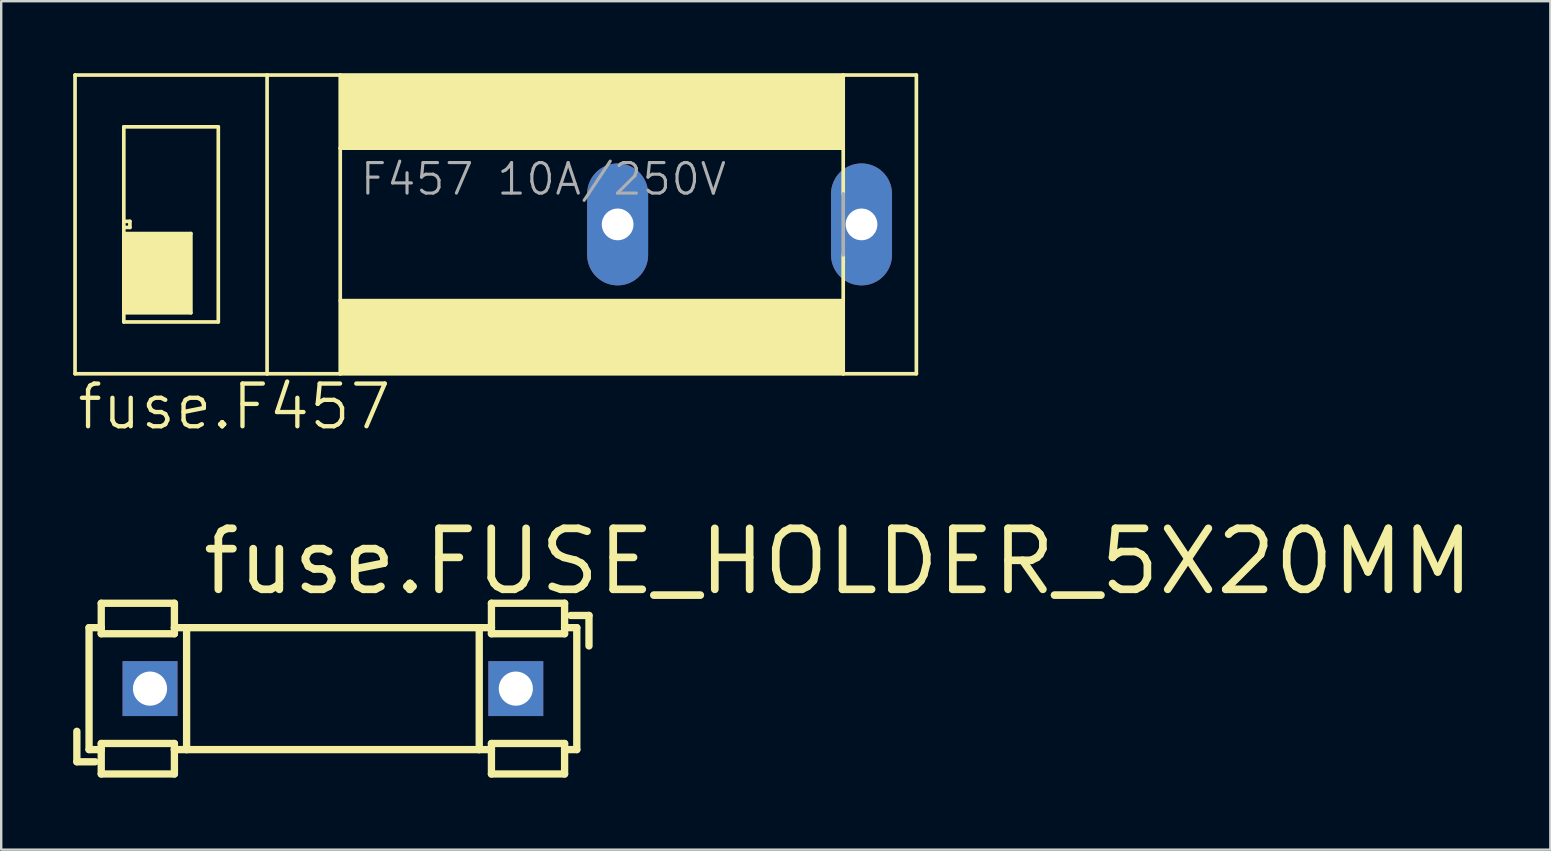
<source format=kicad_pcb>
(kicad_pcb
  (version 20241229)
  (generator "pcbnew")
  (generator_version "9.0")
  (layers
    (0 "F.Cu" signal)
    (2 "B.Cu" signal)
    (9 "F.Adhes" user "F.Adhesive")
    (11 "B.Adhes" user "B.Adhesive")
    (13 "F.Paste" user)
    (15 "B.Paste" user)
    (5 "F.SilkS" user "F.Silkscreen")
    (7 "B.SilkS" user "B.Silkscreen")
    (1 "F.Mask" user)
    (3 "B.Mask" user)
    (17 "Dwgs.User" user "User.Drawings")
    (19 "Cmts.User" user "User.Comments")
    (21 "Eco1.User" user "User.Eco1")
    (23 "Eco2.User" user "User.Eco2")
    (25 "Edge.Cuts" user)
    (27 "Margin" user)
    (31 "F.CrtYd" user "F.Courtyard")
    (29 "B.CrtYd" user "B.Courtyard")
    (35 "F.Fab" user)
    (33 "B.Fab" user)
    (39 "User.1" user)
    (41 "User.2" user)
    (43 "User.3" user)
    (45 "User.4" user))
  (footprint "fuse.F457"
    (layer "F.Cu")
    (at 27.762 6.299)
    (property "Reference" "fuse.F457" (at -27.686 8.636 0) (layer "F.SilkS") (effects (font (size 1.778 1.778) (thickness 0.18)) (justify left bottom)))
    (attr through_hole)
    (fp_line (start -27.686 6.223) (end -27.686 -6.223) (stroke (width 0.152) (type default)) (layer "F.SilkS"))
    (fp_line (start -27.686 6.223) (end -19.685 6.223) (stroke (width 0.152) (type default)) (layer "F.SilkS"))
    (fp_line (start -25.654 -0.127) (end -25.654 -4.064) (stroke (width 0.152) (type default)) (layer "F.SilkS"))
    (fp_line (start -25.654 0.127) (end -25.654 -0.127) (stroke (width 0.152) (type default)) (layer "F.SilkS"))
    (fp_line (start -25.654 0.127) (end -25.4 0.127) (stroke (width 0.152) (type default)) (layer "F.SilkS"))
    (fp_line (start -25.654 0.381) (end -25.654 0.127) (stroke (width 0.152) (type default)) (layer "F.SilkS"))
    (fp_line (start -25.654 3.683) (end -25.654 0.381) (stroke (width 0.152) (type default)) (layer "F.SilkS"))
    (fp_line (start -25.654 3.683) (end -22.86 3.683) (stroke (width 0.152) (type default)) (layer "F.SilkS"))
    (fp_line (start -25.654 4.064) (end -25.654 3.683) (stroke (width 0.152) (type default)) (layer "F.SilkS"))
    (fp_line (start -25.654 4.064) (end -21.717 4.064) (stroke (width 0.152) (type default)) (layer "F.SilkS"))
    (fp_line (start -25.4 -0.127) (end -25.654 -0.127) (stroke (width 0.152) (type default)) (layer "F.SilkS"))
    (fp_line (start -25.4 -0.127) (end -25.4 0.127) (stroke (width 0.152) (type default)) (layer "F.SilkS"))
    (fp_line (start -22.86 0.381) (end -25.654 0.381) (stroke (width 0.152) (type default)) (layer "F.SilkS"))
    (fp_line (start -22.86 0.381) (end -22.86 3.683) (stroke (width 0.152) (type default)) (layer "F.SilkS"))
    (fp_line (start -21.717 -4.064) (end -25.654 -4.064) (stroke (width 0.152) (type default)) (layer "F.SilkS"))
    (fp_line (start -21.717 -4.064) (end -21.717 4.064) (stroke (width 0.152) (type default)) (layer "F.SilkS"))
    (fp_line (start -19.685 -6.223) (end -27.686 -6.223) (stroke (width 0.152) (type default)) (layer "F.SilkS"))
    (fp_line (start -19.685 -6.223) (end -19.685 6.223) (stroke (width 0.152) (type default)) (layer "F.SilkS"))
    (fp_line (start -19.685 6.223) (end -16.637 6.223) (stroke (width 0.152) (type default)) (layer "F.SilkS"))
    (fp_line (start -16.637 -6.223) (end -19.685 -6.223) (stroke (width 0.152) (type default)) (layer "F.SilkS"))
    (fp_line (start -16.637 -6.223) (end -16.637 -3.175) (stroke (width 0.152) (type default)) (layer "F.SilkS"))
    (fp_line (start -16.637 -3.175) (end -16.637 6.223) (stroke (width 0.152) (type default)) (layer "F.SilkS"))
    (fp_line (start -16.637 6.223) (end 4.318 6.223) (stroke (width 0.152) (type default)) (layer "F.SilkS"))
    (fp_line (start 4.318 -6.223) (end -16.637 -6.223) (stroke (width 0.152) (type default)) (layer "F.SilkS"))
    (fp_line (start 4.318 -6.223) (end 4.318 -3.175) (stroke (width 0.152) (type default)) (layer "F.SilkS"))
    (fp_line (start 4.318 -3.175) (end -16.637 -3.175) (stroke (width 0.152) (type default)) (layer "F.SilkS"))
    (fp_line (start 4.318 -3.175) (end 4.318 -1.27) (stroke (width 0.152) (type default)) (layer "F.SilkS"))
    (fp_line (start 4.318 1.27) (end 4.318 3.175) (stroke (width 0.152) (type default)) (layer "F.SilkS"))
    (fp_line (start 4.318 3.175) (end -16.637 3.175) (stroke (width 0.152) (type default)) (layer "F.SilkS"))
    (fp_line (start 4.318 3.175) (end 4.318 6.223) (stroke (width 0.152) (type default)) (layer "F.SilkS"))
    (fp_line (start 4.318 6.223) (end 7.366 6.223) (stroke (width 0.152) (type default)) (layer "F.SilkS"))
    (fp_line (start 7.366 -6.223) (end 4.318 -6.223) (stroke (width 0.152) (type default)) (layer "F.SilkS"))
    (fp_line (start 7.366 -6.223) (end 7.366 6.223) (stroke (width 0.152) (type default)) (layer "F.SilkS"))
    (fp_rect (start -25.654 3.683) (end -22.86 0.381) (stroke (width 0.05) (type default)) (fill yes) (layer "F.SilkS"))
    (fp_rect (start -16.637 -3.175) (end 4.318 -6.223) (stroke (width 0.05) (type default)) (fill yes) (layer "F.SilkS"))
    (fp_rect (start -16.637 6.223) (end 4.318 3.175) (stroke (width 0.05) (type default)) (fill yes) (layer "F.SilkS"))
    (fp_line (start 4.318 -1.27) (end 4.318 1.27) (stroke (width 0.152) (type default)) (layer "F.Fab"))
    (fp_text user "F457 10A/250V" (at -15.875 -1.143 0) (layer "F.Fab") (effects (font (size 1.27 1.27) (thickness 0.13)) (justify left bottom)))
    (pad "1" thru_hole oval (at -5.08 0 90) (size 5.08 2.54) (drill 1.321) (layers "*.Cu" "*.Mask"))
    (pad "2" thru_hole oval (at 5.08 0 90) (size 5.08 2.54) (drill 1.321) (layers "*.Cu" "*.Mask")))
  (footprint "fuse.FUSE_HOLDER_5X20MM"
    (layer "F.Cu")
    (at 3.2 25.639)
    (property "Reference" "fuse.FUSE_HOLDER_5X20MM" (at 2.032 -3.81 0) (layer "F.SilkS") (effects (font (size 2.54 2.54) (thickness 0.32)) (justify left bottom)))
    (attr through_hole)
    (fp_line (start -3.048 1.778) (end -3.048 3.048) (stroke (width 0.305) (type default)) (layer "F.SilkS"))
    (fp_line (start -2.54 -2.54) (end -2.54 2.54) (stroke (width 0.305) (type default)) (layer "F.SilkS"))
    (fp_line (start -2.286 3.048) (end -3.048 3.048) (stroke (width 0.305) (type default)) (layer "F.SilkS"))
    (fp_line (start -2.032 -3.556) (end 1.016 -3.556) (stroke (width 0.305) (type default)) (layer "F.SilkS"))
    (fp_line (start -2.032 -2.54) (end -2.54 -2.54) (stroke (width 0.305) (type default)) (layer "F.SilkS"))
    (fp_line (start -2.032 -2.54) (end -2.032 -3.556) (stroke (width 0.305) (type default)) (layer "F.SilkS"))
    (fp_line (start -2.032 -2.286) (end -2.032 -2.54) (stroke (width 0.305) (type default)) (layer "F.SilkS"))
    (fp_line (start -2.032 -2.286) (end 1.016 -2.286) (stroke (width 0.305) (type default)) (layer "F.SilkS"))
    (fp_line (start -2.032 2.286) (end 1.016 2.286) (stroke (width 0.305) (type default)) (layer "F.SilkS"))
    (fp_line (start -2.032 2.54) (end -2.54 2.54) (stroke (width 0.305) (type default)) (layer "F.SilkS"))
    (fp_line (start -2.032 2.54) (end -2.032 2.286) (stroke (width 0.305) (type default)) (layer "F.SilkS"))
    (fp_line (start -2.032 3.556) (end -2.032 2.54) (stroke (width 0.305) (type default)) (layer "F.SilkS"))
    (fp_line (start 1.016 -2.54) (end 1.016 -3.556) (stroke (width 0.305) (type default)) (layer "F.SilkS"))
    (fp_line (start 1.016 -2.54) (end 1.016 -2.286) (stroke (width 0.305) (type default)) (layer "F.SilkS"))
    (fp_line (start 1.016 2.54) (end 1.016 2.286) (stroke (width 0.305) (type default)) (layer "F.SilkS"))
    (fp_line (start 1.016 2.54) (end 1.016 3.556) (stroke (width 0.305) (type default)) (layer "F.SilkS"))
    (fp_line (start 1.016 3.556) (end -2.032 3.556) (stroke (width 0.305) (type default)) (layer "F.SilkS"))
    (fp_line (start 1.524 -2.54) (end 1.016 -2.54) (stroke (width 0.305) (type default)) (layer "F.SilkS"))
    (fp_line (start 1.524 -2.54) (end 1.524 2.54) (stroke (width 0.305) (type default)) (layer "F.SilkS"))
    (fp_line (start 1.524 -2.54) (end 13.716 -2.54) (stroke (width 0.305) (type default)) (layer "F.SilkS"))
    (fp_line (start 1.524 2.54) (end 1.016 2.54) (stroke (width 0.305) (type default)) (layer "F.SilkS"))
    (fp_line (start 1.524 2.54) (end 13.716 2.54) (stroke (width 0.305) (type default)) (layer "F.SilkS"))
    (fp_line (start 13.716 -2.54) (end 13.716 2.54) (stroke (width 0.305) (type default)) (layer "F.SilkS"))
    (fp_line (start 13.716 -2.54) (end 14.224 -2.54) (stroke (width 0.305) (type default)) (layer "F.SilkS"))
    (fp_line (start 13.716 2.54) (end 14.224 2.54) (stroke (width 0.305) (type default)) (layer "F.SilkS"))
    (fp_line (start 14.224 -3.556) (end 17.272 -3.556) (stroke (width 0.305) (type default)) (layer "F.SilkS"))
    (fp_line (start 14.224 -2.54) (end 14.224 -3.556) (stroke (width 0.305) (type default)) (layer "F.SilkS"))
    (fp_line (start 14.224 -2.54) (end 14.224 -2.286) (stroke (width 0.305) (type default)) (layer "F.SilkS"))
    (fp_line (start 14.224 2.54) (end 14.224 2.286) (stroke (width 0.305) (type default)) (layer "F.SilkS"))
    (fp_line (start 14.224 2.54) (end 14.224 3.556) (stroke (width 0.305) (type default)) (layer "F.SilkS"))
    (fp_line (start 17.272 -3.556) (end 17.272 -2.54) (stroke (width 0.305) (type default)) (layer "F.SilkS"))
    (fp_line (start 17.272 -2.54) (end 17.272 -2.286) (stroke (width 0.305) (type default)) (layer "F.SilkS"))
    (fp_line (start 17.272 -2.54) (end 17.78 -2.54) (stroke (width 0.305) (type default)) (layer "F.SilkS"))
    (fp_line (start 17.272 -2.286) (end 14.224 -2.286) (stroke (width 0.305) (type default)) (layer "F.SilkS"))
    (fp_line (start 17.272 2.286) (end 14.224 2.286) (stroke (width 0.305) (type default)) (layer "F.SilkS"))
    (fp_line (start 17.272 2.286) (end 17.272 2.54) (stroke (width 0.305) (type default)) (layer "F.SilkS"))
    (fp_line (start 17.272 2.54) (end 17.272 3.556) (stroke (width 0.305) (type default)) (layer "F.SilkS"))
    (fp_line (start 17.272 2.54) (end 17.78 2.54) (stroke (width 0.305) (type default)) (layer "F.SilkS"))
    (fp_line (start 17.272 3.556) (end 14.224 3.556) (stroke (width 0.305) (type default)) (layer "F.SilkS"))
    (fp_line (start 17.526 -3.048) (end 18.288 -3.048) (stroke (width 0.305) (type default)) (layer "F.SilkS"))
    (fp_line (start 17.78 2.54) (end 17.78 -2.54) (stroke (width 0.305) (type default)) (layer "F.SilkS"))
    (fp_line (start 18.288 -1.778) (end 18.288 -3.048) (stroke (width 0.305) (type default)) (layer "F.SilkS"))
    (pad "1" thru_hole rect (at 0 0) (size 2.286 2.286) (drill 1.422) (layers "*.Cu" "*.Mask"))
    (pad "2" thru_hole rect (at 15.24 0) (size 2.286 2.286) (drill 1.422) (layers "*.Cu" "*.Mask")))
  (gr_rect
    (start -3 -3)
    (end 61.541 32.348)
    (stroke (width 0.1) (type default))
    (fill no)
    (layer "Edge.Cuts")))
</source>
